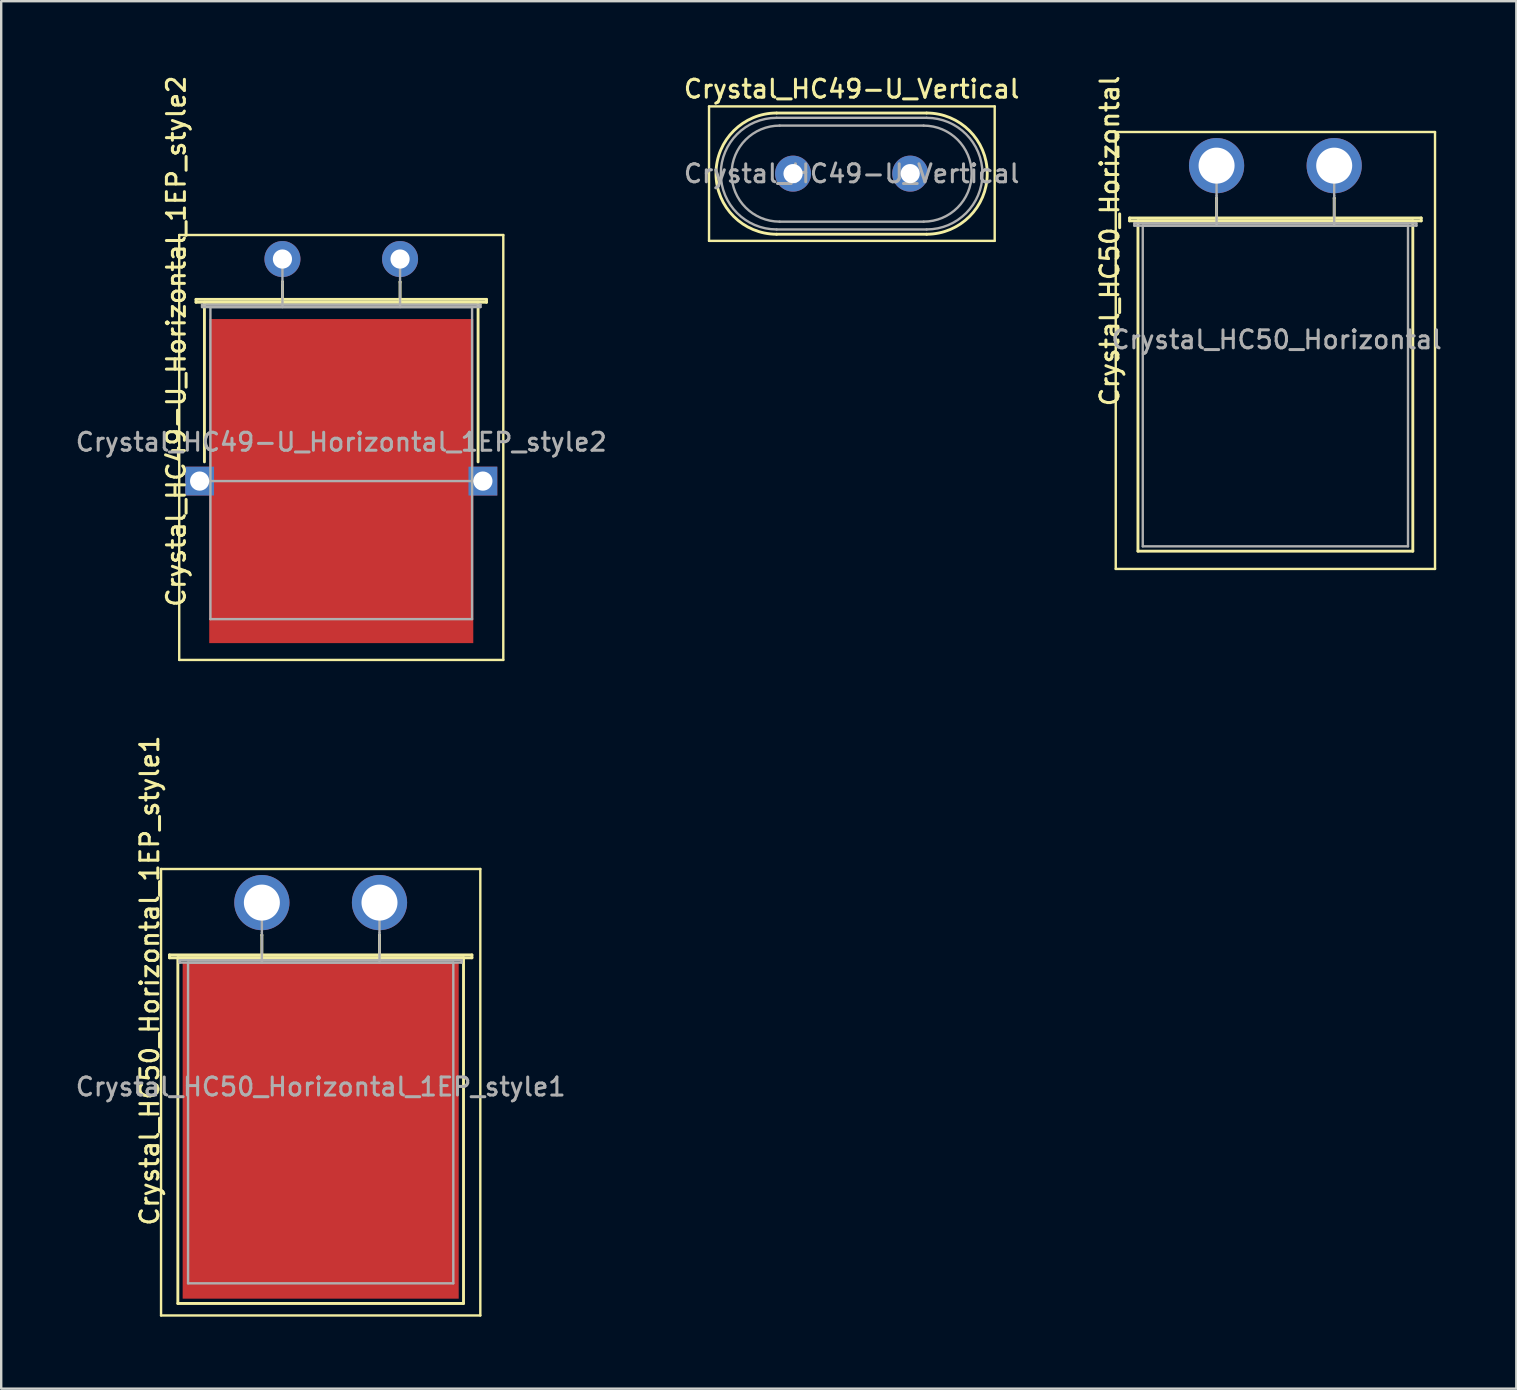
<source format=kicad_pcb>
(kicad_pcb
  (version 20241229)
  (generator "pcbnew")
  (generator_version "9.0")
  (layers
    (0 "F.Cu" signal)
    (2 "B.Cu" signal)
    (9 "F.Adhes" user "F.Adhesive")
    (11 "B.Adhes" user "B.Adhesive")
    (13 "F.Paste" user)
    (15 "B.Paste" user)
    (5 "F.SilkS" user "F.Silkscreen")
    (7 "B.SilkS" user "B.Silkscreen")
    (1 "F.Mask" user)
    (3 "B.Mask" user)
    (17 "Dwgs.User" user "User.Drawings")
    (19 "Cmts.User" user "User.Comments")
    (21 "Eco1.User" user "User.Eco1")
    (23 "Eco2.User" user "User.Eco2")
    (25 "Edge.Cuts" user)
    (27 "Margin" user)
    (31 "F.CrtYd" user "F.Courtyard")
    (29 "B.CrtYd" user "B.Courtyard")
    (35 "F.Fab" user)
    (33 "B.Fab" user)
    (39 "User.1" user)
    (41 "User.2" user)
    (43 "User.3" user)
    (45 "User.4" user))
  (footprint "Crystal_HC49-U_Vertical"
    (layer "F.Cu")
    (at 29.987 4.183)
    (property "Reference" "Crystal_HC49-U_Vertical" (at 2.44 -3.525 0) (layer "F.SilkS") (effects (font (size 0.75 0.75) (thickness 0.125))))
    (attr through_hole)
    (fp_line (start -3.5 -2.8) (end -3.5 2.8) (stroke (width 0.1) (type solid)) (layer "F.SilkS"))
    (fp_line (start -3.5 2.8) (end 8.4 2.8) (stroke (width 0.1) (type solid)) (layer "F.SilkS"))
    (fp_line (start -0.685 -2.525) (end 5.565 -2.525) (stroke (width 0.12) (type solid)) (layer "F.SilkS"))
    (fp_line (start -0.685 2.525) (end 5.565 2.525) (stroke (width 0.12) (type solid)) (layer "F.SilkS"))
    (fp_line (start 8.4 -2.8) (end -3.5 -2.8) (stroke (width 0.1) (type solid)) (layer "F.SilkS"))
    (fp_line (start 8.4 2.8) (end 8.4 -2.8) (stroke (width 0.1) (type solid)) (layer "F.SilkS"))
    (fp_arc (start -0.685 2.525) (mid -3.21 0) (end -0.685 -2.525) (stroke (width 0.12) (type solid)) (layer "F.SilkS"))
    (fp_arc (start 5.565 -2.525) (mid 8.09 0) (end 5.565 2.525) (stroke (width 0.12) (type solid)) (layer "F.SilkS"))
    (fp_line (start -0.685 -2.325) (end 5.565 -2.325) (stroke (width 0.1) (type solid)) (layer "F.Fab"))
    (fp_line (start -0.685 2.325) (end 5.565 2.325) (stroke (width 0.1) (type solid)) (layer "F.Fab"))
    (fp_line (start -0.56 -2) (end 5.44 -2) (stroke (width 0.1) (type solid)) (layer "F.Fab"))
    (fp_line (start -0.56 2) (end 5.44 2) (stroke (width 0.1) (type solid)) (layer "F.Fab"))
    (fp_arc (start -0.685 2.325) (mid -3.01 0) (end -0.685 -2.325) (stroke (width 0.1) (type solid)) (layer "F.Fab"))
    (fp_arc (start -0.56 2) (mid -2.56 0) (end -0.56 -2) (stroke (width 0.1) (type solid)) (layer "F.Fab"))
    (fp_arc (start 5.44 -2) (mid 7.44 0) (end 5.44 2) (stroke (width 0.1) (type solid)) (layer "F.Fab"))
    (fp_arc (start 5.565 -2.325) (mid 7.89 0) (end 5.565 2.325) (stroke (width 0.1) (type solid)) (layer "F.Fab"))
    (fp_text user "${REFERENCE}" (at 2.44 0 0) (layer "F.Fab") (effects (font (size 0.75 0.75) (thickness 0.125))))
    (pad "1" thru_hole circle (at 0 0) (size 1.5 1.5) (drill 0.8) (layers "*.Cu" "*.Mask"))
    (pad "2" thru_hole circle (at 4.88 0) (size 1.5 1.5) (drill 0.8) (layers "*.Cu" "*.Mask")))
  (footprint "Crystal_HC50_Horizontal"
    (layer "F.Cu")
    (at 47.63 3.85)
    (property "Reference" "Crystal_HC50_Horizontal" (at -4.45 3.138 90) (layer "F.SilkS") (effects (font (size 0.75 0.75) (thickness 0.125))))
    (attr through_hole)
    (fp_line (start -4.2 -1.4) (end -4.2 16.8) (stroke (width 0.1) (type solid)) (layer "F.SilkS"))
    (fp_line (start -4.2 16.8) (end 9.1 16.8) (stroke (width 0.1) (type solid)) (layer "F.SilkS"))
    (fp_line (start -3.625 2.18) (end 8.525 2.18) (stroke (width 0.12) (type solid)) (layer "F.SilkS"))
    (fp_line (start -3.625 2.3) (end -3.625 2.18) (stroke (width 0.12) (type solid)) (layer "F.SilkS"))
    (fp_line (start -3.275 2.3) (end -3.275 16.06) (stroke (width 0.12) (type solid)) (layer "F.SilkS"))
    (fp_line (start -3.275 16.06) (end 8.175 16.06) (stroke (width 0.12) (type solid)) (layer "F.SilkS"))
    (fp_line (start 0 1.35) (end 0 1.35) (stroke (width 0.12) (type solid)) (layer "F.SilkS"))
    (fp_line (start 0 2.3) (end 0 1.35) (stroke (width 0.12) (type solid)) (layer "F.SilkS"))
    (fp_line (start 4.9 1.35) (end 4.9 1.35) (stroke (width 0.12) (type solid)) (layer "F.SilkS"))
    (fp_line (start 4.9 2.3) (end 4.9 1.35) (stroke (width 0.12) (type solid)) (layer "F.SilkS"))
    (fp_line (start 8.175 2.3) (end -3.275 2.3) (stroke (width 0.12) (type solid)) (layer "F.SilkS"))
    (fp_line (start 8.175 16.06) (end 8.175 2.3) (stroke (width 0.12) (type solid)) (layer "F.SilkS"))
    (fp_line (start 8.525 2.18) (end 8.525 2.3) (stroke (width 0.12) (type solid)) (layer "F.SilkS"))
    (fp_line (start 8.525 2.3) (end -3.625 2.3) (stroke (width 0.12) (type solid)) (layer "F.SilkS"))
    (fp_line (start 9.1 -1.4) (end -4.2 -1.4) (stroke (width 0.1) (type solid)) (layer "F.SilkS"))
    (fp_line (start 9.1 16.8) (end 9.1 -1.4) (stroke (width 0.1) (type solid)) (layer "F.SilkS"))
    (fp_line (start -3.425 2.4) (end 8.325 2.4) (stroke (width 0.1) (type solid)) (layer "F.Fab"))
    (fp_line (start -3.425 2.5) (end -3.425 2.4) (stroke (width 0.1) (type solid)) (layer "F.Fab"))
    (fp_line (start -3.075 2.5) (end -3.075 15.86) (stroke (width 0.1) (type solid)) (layer "F.Fab"))
    (fp_line (start -3.075 15.86) (end 7.975 15.86) (stroke (width 0.1) (type solid)) (layer "F.Fab"))
    (fp_line (start 0 1.25) (end 0 0) (stroke (width 0.1) (type solid)) (layer "F.Fab"))
    (fp_line (start 0 2.5) (end 0 1.25) (stroke (width 0.1) (type solid)) (layer "F.Fab"))
    (fp_line (start 4.9 1.25) (end 4.9 0) (stroke (width 0.1) (type solid)) (layer "F.Fab"))
    (fp_line (start 4.9 2.5) (end 4.9 1.25) (stroke (width 0.1) (type solid)) (layer "F.Fab"))
    (fp_line (start 7.975 2.5) (end -3.075 2.5) (stroke (width 0.1) (type solid)) (layer "F.Fab"))
    (fp_line (start 7.975 15.86) (end 7.975 2.5) (stroke (width 0.1) (type solid)) (layer "F.Fab"))
    (fp_line (start 8.325 2.4) (end 8.325 2.5) (stroke (width 0.1) (type solid)) (layer "F.Fab"))
    (fp_line (start 8.325 2.5) (end -3.425 2.5) (stroke (width 0.1) (type solid)) (layer "F.Fab"))
    (fp_text user "${REFERENCE}" (at 2.5 7.25 0) (layer "F.Fab") (effects (font (size 0.75 0.75) (thickness 0.125))))
    (pad "1" thru_hole circle (at 0 0) (size 2.3 2.3) (drill 1.5) (layers "*.Cu" "*.Mask"))
    (pad "2" thru_hole circle (at 4.9 0) (size 2.3 2.3) (drill 1.5) (layers "*.Cu" "*.Mask")))
  (footprint "Crystal_HC50_Horizontal_1EP_style1"
    (layer "F.Cu")
    (at 7.859 34.55)
    (property "Reference" "Crystal_HC50_Horizontal_1EP_style1" (at -4.675 3.25 90) (layer "F.SilkS") (effects (font (size 0.75 0.75) (thickness 0.125))))
    (attr through_hole)
    (fp_line (start -4.2 -1.4) (end -4.2 17.2) (stroke (width 0.1) (type solid)) (layer "F.SilkS"))
    (fp_line (start -4.2 17.2) (end 9.1 17.2) (stroke (width 0.1) (type solid)) (layer "F.SilkS"))
    (fp_line (start -3.85 2.18) (end 8.75 2.18) (stroke (width 0.12) (type solid)) (layer "F.SilkS"))
    (fp_line (start -3.85 2.3) (end -3.85 2.18) (stroke (width 0.12) (type solid)) (layer "F.SilkS"))
    (fp_line (start -3.5 2.3) (end -3.5 16.7) (stroke (width 0.12) (type solid)) (layer "F.SilkS"))
    (fp_line (start -3.5 16.7) (end 8.4 16.7) (stroke (width 0.12) (type solid)) (layer "F.SilkS"))
    (fp_line (start 0 1.35) (end 0 1.35) (stroke (width 0.12) (type solid)) (layer "F.SilkS"))
    (fp_line (start 0 2.3) (end 0 1.35) (stroke (width 0.12) (type solid)) (layer "F.SilkS"))
    (fp_line (start 4.9 1.35) (end 4.9 1.35) (stroke (width 0.12) (type solid)) (layer "F.SilkS"))
    (fp_line (start 4.9 2.3) (end 4.9 1.35) (stroke (width 0.12) (type solid)) (layer "F.SilkS"))
    (fp_line (start 8.4 2.3) (end -3.5 2.3) (stroke (width 0.12) (type solid)) (layer "F.SilkS"))
    (fp_line (start 8.4 16.7) (end 8.4 2.3) (stroke (width 0.12) (type solid)) (layer "F.SilkS"))
    (fp_line (start 8.75 2.18) (end 8.75 2.3) (stroke (width 0.12) (type solid)) (layer "F.SilkS"))
    (fp_line (start 8.75 2.3) (end -3.85 2.3) (stroke (width 0.12) (type solid)) (layer "F.SilkS"))
    (fp_line (start 9.1 -1.4) (end -4.2 -1.4) (stroke (width 0.1) (type solid)) (layer "F.SilkS"))
    (fp_line (start 9.1 17.2) (end 9.1 -1.4) (stroke (width 0.1) (type solid)) (layer "F.SilkS"))
    (fp_line (start -3.425 2.4) (end 8.325 2.4) (stroke (width 0.1) (type solid)) (layer "F.Fab"))
    (fp_line (start -3.425 2.5) (end -3.425 2.4) (stroke (width 0.1) (type solid)) (layer "F.Fab"))
    (fp_line (start -3.075 2.5) (end -3.075 15.86) (stroke (width 0.1) (type solid)) (layer "F.Fab"))
    (fp_line (start -3.075 15.86) (end 7.975 15.86) (stroke (width 0.1) (type solid)) (layer "F.Fab"))
    (fp_line (start 0 1.25) (end 0 0) (stroke (width 0.1) (type solid)) (layer "F.Fab"))
    (fp_line (start 0 2.5) (end 0 1.25) (stroke (width 0.1) (type solid)) (layer "F.Fab"))
    (fp_line (start 4.9 1.25) (end 4.9 0) (stroke (width 0.1) (type solid)) (layer "F.Fab"))
    (fp_line (start 4.9 2.5) (end 4.9 1.25) (stroke (width 0.1) (type solid)) (layer "F.Fab"))
    (fp_line (start 7.975 2.5) (end -3.075 2.5) (stroke (width 0.1) (type solid)) (layer "F.Fab"))
    (fp_line (start 7.975 15.86) (end 7.975 2.5) (stroke (width 0.1) (type solid)) (layer "F.Fab"))
    (fp_line (start 8.325 2.4) (end 8.325 2.5) (stroke (width 0.1) (type solid)) (layer "F.Fab"))
    (fp_line (start 8.325 2.5) (end -3.425 2.5) (stroke (width 0.1) (type solid)) (layer "F.Fab"))
    (fp_text user "${REFERENCE}" (at 2.45 7.675 0) (layer "F.Fab") (effects (font (size 0.75 0.75) (thickness 0.125))))
    (pad "1" thru_hole circle (at 0 0) (size 2.3 2.3) (drill 1.5) (layers "*.Cu" "*.Mask"))
    (pad "2" thru_hole circle (at 4.9 0) (size 2.3 2.3) (drill 1.5) (layers "*.Cu" "*.Mask"))
    (pad "3" smd rect (at 2.45 9.5) (size 11.5 14) (layers "F.Cu" "F.Mask" "F.Paste")))
  (footprint "Crystal_HC49-U_Horizontal_1EP_style2"
    (layer "F.Cu")
    (at 8.716 7.741)
    (property "Reference" "Crystal_HC49-U_Horizontal_1EP_style2" (at -4.425 3.425 90) (layer "F.SilkS") (effects (font (size 0.75 0.75) (thickness 0.125))))
    (attr through_hole)
    (fp_line (start -4.3 -1) (end -4.3 16.7) (stroke (width 0.1) (type solid)) (layer "F.SilkS"))
    (fp_line (start -4.3 16.7) (end 9.2 16.7) (stroke (width 0.1) (type solid)) (layer "F.SilkS"))
    (fp_line (start -3.6 1.68) (end 8.5 1.68) (stroke (width 0.12) (type solid)) (layer "F.SilkS"))
    (fp_line (start -3.6 1.8) (end -3.6 1.68) (stroke (width 0.12) (type solid)) (layer "F.SilkS"))
    (fp_line (start -3.25 1.8) (end 8.15 1.8) (stroke (width 0.12) (type solid)) (layer "F.SilkS"))
    (fp_line (start -3.25 8.45) (end -3.25 1.8) (stroke (width 0.12) (type solid)) (layer "F.SilkS"))
    (fp_line (start 0 0.95) (end 0 0.95) (stroke (width 0.12) (type solid)) (layer "F.SilkS"))
    (fp_line (start 0 1.8) (end 0 0.95) (stroke (width 0.12) (type solid)) (layer "F.SilkS"))
    (fp_line (start 4.9 0.95) (end 4.9 0.95) (stroke (width 0.12) (type solid)) (layer "F.SilkS"))
    (fp_line (start 4.9 1.8) (end 4.9 0.95) (stroke (width 0.12) (type solid)) (layer "F.SilkS"))
    (fp_line (start 8.15 1.8) (end 8.15 8.45) (stroke (width 0.12) (type solid)) (layer "F.SilkS"))
    (fp_line (start 8.5 1.68) (end 8.5 1.8) (stroke (width 0.12) (type solid)) (layer "F.SilkS"))
    (fp_line (start 8.5 1.8) (end -3.6 1.8) (stroke (width 0.12) (type solid)) (layer "F.SilkS"))
    (fp_line (start 9.2 -1) (end -4.3 -1) (stroke (width 0.1) (type solid)) (layer "F.SilkS"))
    (fp_line (start 9.2 16.7) (end 9.2 -1) (stroke (width 0.1) (type solid)) (layer "F.SilkS"))
    (fp_line (start -3.45 9.25) (end 8.35 9.25) (stroke (width 0.1) (type solid)) (layer "F.Fab"))
    (fp_line (start -3.35 1.9) (end 8.25 1.9) (stroke (width 0.1) (type solid)) (layer "F.Fab"))
    (fp_line (start -3.35 2) (end -3.35 1.9) (stroke (width 0.1) (type solid)) (layer "F.Fab"))
    (fp_line (start -3 2) (end -3 15) (stroke (width 0.1) (type solid)) (layer "F.Fab"))
    (fp_line (start -3 15) (end 7.9 15) (stroke (width 0.1) (type solid)) (layer "F.Fab"))
    (fp_line (start 0 1) (end 0 0) (stroke (width 0.1) (type solid)) (layer "F.Fab"))
    (fp_line (start 0 2) (end 0 1) (stroke (width 0.1) (type solid)) (layer "F.Fab"))
    (fp_line (start 4.9 1) (end 4.9 0) (stroke (width 0.1) (type solid)) (layer "F.Fab"))
    (fp_line (start 4.9 2) (end 4.9 1) (stroke (width 0.1) (type solid)) (layer "F.Fab"))
    (fp_line (start 7.9 2) (end -3 2) (stroke (width 0.1) (type solid)) (layer "F.Fab"))
    (fp_line (start 7.9 15) (end 7.9 2) (stroke (width 0.1) (type solid)) (layer "F.Fab"))
    (fp_line (start 8.25 1.9) (end 8.25 2) (stroke (width 0.1) (type solid)) (layer "F.Fab"))
    (fp_line (start 8.25 2) (end -3.35 2) (stroke (width 0.1) (type solid)) (layer "F.Fab"))
    (fp_text user "${REFERENCE}" (at 2.45 7.625 0) (layer "F.Fab") (effects (font (size 0.75 0.75) (thickness 0.125))))
    (pad "1" thru_hole circle (at 0 0) (size 1.5 1.5) (drill 0.8) (layers "*.Cu" "*.Mask"))
    (pad "2" thru_hole circle (at 4.9 0) (size 1.5 1.5) (drill 0.8) (layers "*.Cu" "*.Mask"))
    (pad "3" thru_hole rect (at -3.45 9.25) (size 1.2 1.2) (drill 0.8) (layers "*.Cu" "*.Mask"))
    (pad "3" smd rect (at 2.45 9.25) (size 11 13.5) (layers "F.Cu" "F.Mask" "F.Paste"))
    (pad "3" thru_hole rect (at 8.35 9.25) (size 1.2 1.2) (drill 0.8) (layers "*.Cu" "*.Mask")))
  (gr_rect
    (start -3 -3)
    (end 60.117 54.8)
    (stroke (width 0.1) (type default))
    (fill no)
    (layer "Edge.Cuts")))
</source>
